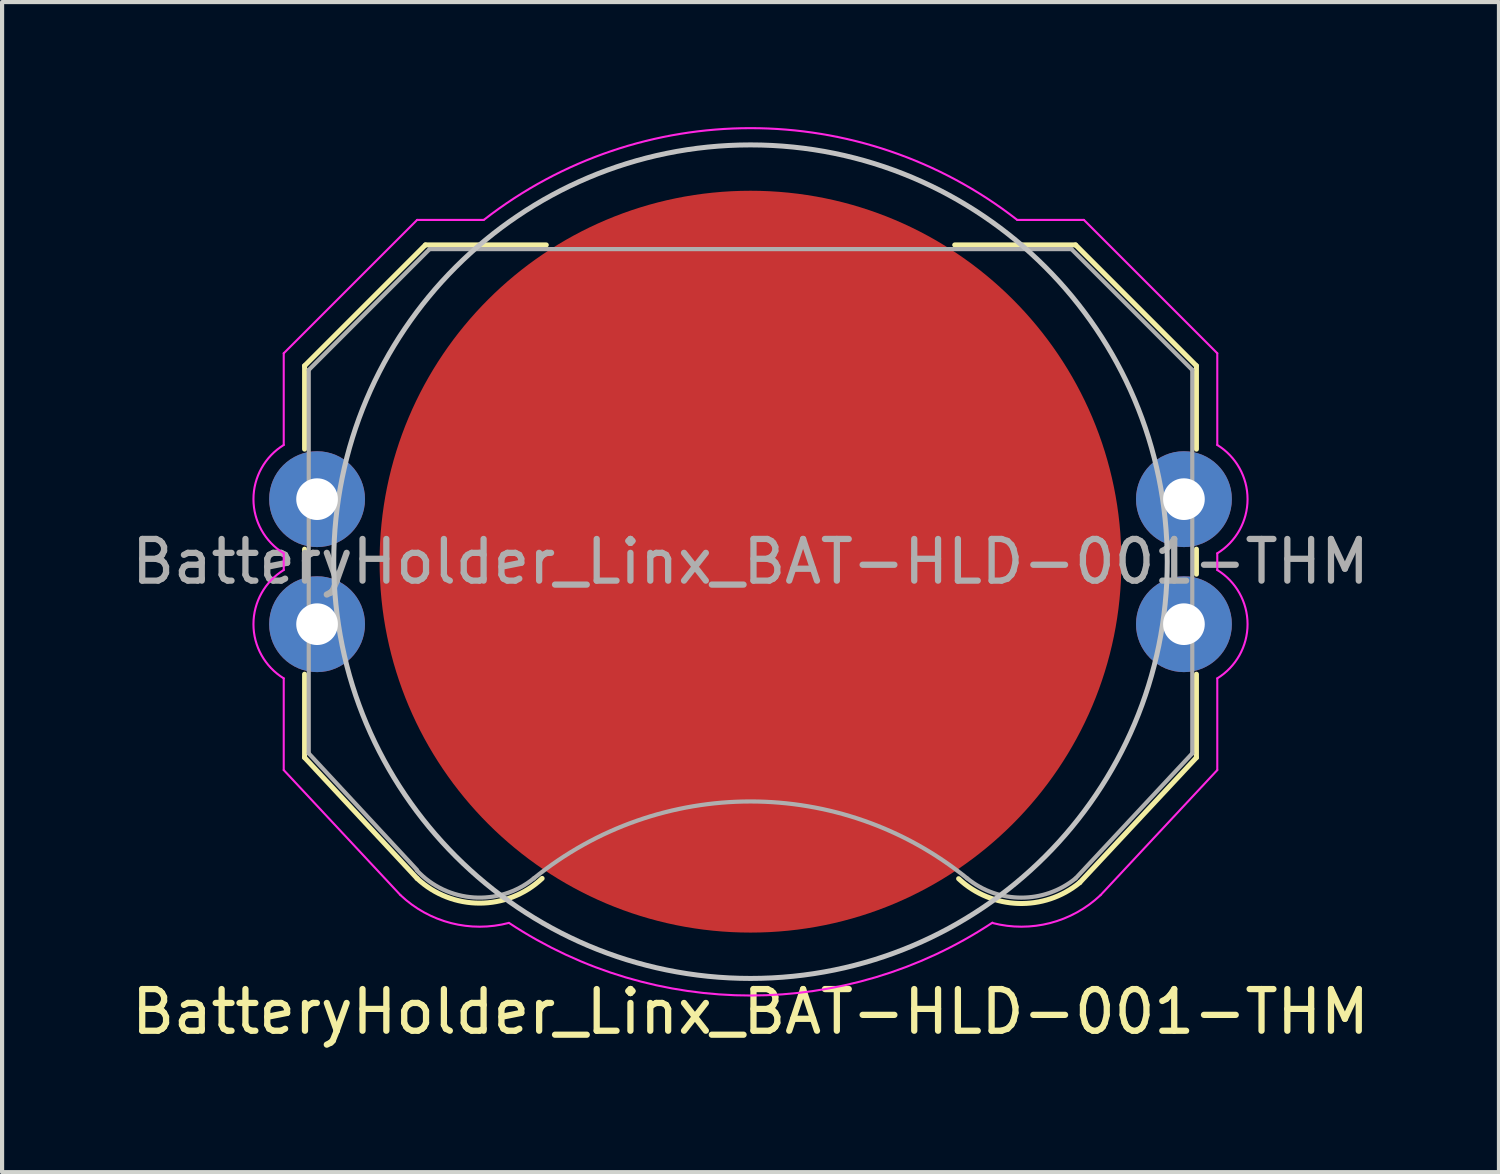
<source format=kicad_pcb>
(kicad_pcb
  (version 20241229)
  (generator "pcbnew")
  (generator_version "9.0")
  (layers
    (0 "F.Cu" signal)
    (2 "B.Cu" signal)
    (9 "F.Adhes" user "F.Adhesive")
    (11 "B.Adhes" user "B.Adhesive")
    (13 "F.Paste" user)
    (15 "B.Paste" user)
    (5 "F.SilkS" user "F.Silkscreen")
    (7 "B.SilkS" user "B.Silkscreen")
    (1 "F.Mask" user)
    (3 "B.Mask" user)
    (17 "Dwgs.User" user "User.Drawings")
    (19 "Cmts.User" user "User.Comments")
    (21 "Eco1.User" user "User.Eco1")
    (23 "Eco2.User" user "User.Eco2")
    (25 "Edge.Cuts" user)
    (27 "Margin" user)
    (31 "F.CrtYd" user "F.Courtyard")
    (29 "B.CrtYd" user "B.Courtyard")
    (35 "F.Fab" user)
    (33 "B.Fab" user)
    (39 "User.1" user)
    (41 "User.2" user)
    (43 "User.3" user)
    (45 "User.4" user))
  (footprint "BatteryHolder_Linx_BAT-HLD-001-THM"
    (layer "F.Cu")
    (at 14.958 10.427)
    (property "Reference" "BatteryHolder_Linx_BAT-HLD-001-THM" (at 0 10.8 0) (layer "F.SilkS") (effects (font (size 1 1) (thickness 0.15))))
    (attr through_hole)
    (fp_line (start -10.7 -4.7) (end -7.8 -7.6) (stroke (width 0.12) (type solid)) (layer "F.SilkS"))
    (fp_line (start -10.7 -2.7) (end -10.7 -4.7) (stroke (width 0.12) (type solid)) (layer "F.SilkS"))
    (fp_line (start -10.7 -0.3) (end -10.7 0.3) (stroke (width 0.12) (type solid)) (layer "F.SilkS"))
    (fp_line (start -10.7 2.7) (end -10.7 4.7) (stroke (width 0.12) (type solid)) (layer "F.SilkS"))
    (fp_line (start -10.7 4.7) (end -8 7.6) (stroke (width 0.12) (type solid)) (layer "F.SilkS"))
    (fp_line (start -7.8 -7.6) (end -4.9 -7.6) (stroke (width 0.12) (type solid)) (layer "F.SilkS"))
    (fp_line (start 4.9 -7.6) (end 7.8 -7.6) (stroke (width 0.12) (type solid)) (layer "F.SilkS"))
    (fp_line (start 7.8 -7.6) (end 10.7 -4.7) (stroke (width 0.12) (type solid)) (layer "F.SilkS"))
    (fp_line (start 10.7 -4.7) (end 10.7 -2.7) (stroke (width 0.12) (type solid)) (layer "F.SilkS"))
    (fp_line (start 10.7 -0.3) (end 10.7 0.3) (stroke (width 0.12) (type solid)) (layer "F.SilkS"))
    (fp_line (start 10.7 2.7) (end 10.7 4.7) (stroke (width 0.12) (type solid)) (layer "F.SilkS"))
    (fp_line (start 10.7 4.7) (end 7.9 7.7) (stroke (width 0.12) (type solid)) (layer "F.SilkS"))
    (fp_arc (start -5.000001 7.599999) (mid -6.5 8.19317) (end -7.999999 7.599999) (stroke (width 0.12) (type solid)) (layer "F.SilkS"))
    (fp_arc (start 7.9 7.7) (mid 6.42929 8.201136) (end 4.993776 7.606639) (stroke (width 0.12) (type solid)) (layer "F.SilkS"))
    (fp_circle (center 0 0) (end 10 0) (stroke (width 0.12) (type solid)) (fill no) (layer "Dwgs.User"))
    (fp_line (start -11.2 -5) (end -8 -8.2) (stroke (width 0.05) (type solid)) (layer "F.CrtYd"))
    (fp_line (start -11.2 -2.8) (end -11.2 -5) (stroke (width 0.05) (type solid)) (layer "F.CrtYd"))
    (fp_line (start -11.2 -0.2) (end -11.2 0.2) (stroke (width 0.05) (type solid)) (layer "F.CrtYd"))
    (fp_line (start -11.2 2.8) (end -11.2 5) (stroke (width 0.05) (type solid)) (layer "F.CrtYd"))
    (fp_line (start -11.2 5) (end -8.4 8) (stroke (width 0.05) (type solid)) (layer "F.CrtYd"))
    (fp_line (start -8 -8.2) (end -6.4 -8.2) (stroke (width 0.05) (type solid)) (layer "F.CrtYd"))
    (fp_line (start 8 -8.2) (end 6.4 -8.2) (stroke (width 0.05) (type solid)) (layer "F.CrtYd"))
    (fp_line (start 8.4 8) (end 11.2 5) (stroke (width 0.05) (type solid)) (layer "F.CrtYd"))
    (fp_line (start 11.2 -5) (end 8 -8.2) (stroke (width 0.05) (type solid)) (layer "F.CrtYd"))
    (fp_line (start 11.2 -2.8) (end 11.2 -5) (stroke (width 0.05) (type solid)) (layer "F.CrtYd"))
    (fp_line (start 11.2 -0.2) (end 11.2 0.2) (stroke (width 0.05) (type solid)) (layer "F.CrtYd"))
    (fp_line (start 11.2 5) (end 11.2 2.8) (stroke (width 0.05) (type solid)) (layer "F.CrtYd"))
    (fp_arc (start -11.199659 -0.199792) (mid -11.926432 -1.4998) (end -11.199999 -2.799999) (stroke (width 0.05) (type solid)) (layer "F.CrtYd"))
    (fp_arc (start -11.199659 2.800208) (mid -11.926432 1.5002) (end -11.199999 0.200001) (stroke (width 0.05) (type solid)) (layer "F.CrtYd"))
    (fp_arc (start -6.393814 -8.204823) (mid 0.003922 -10.401921) (end 6.399999 -8.199999) (stroke (width 0.05) (type solid)) (layer "F.CrtYd"))
    (fp_arc (start -5.796774 8.667484) (mid -7.185165 8.67218) (end -8.4 8) (stroke (width 0.05) (type solid)) (layer "F.CrtYd"))
    (fp_arc (start 5.805633 8.660985) (mid 0.005723 10.410005) (end -5.796088 8.667303) (stroke (width 0.05) (type solid)) (layer "F.CrtYd"))
    (fp_arc (start 8.4 8) (mid 7.189827 8.670981) (end 5.806089 8.669923) (stroke (width 0.05) (type solid)) (layer "F.CrtYd"))
    (fp_arc (start 11.199659 -2.800208) (mid 11.926432 -1.5002) (end 11.199999 -0.200001) (stroke (width 0.05) (type solid)) (layer "F.CrtYd"))
    (fp_arc (start 11.199659 0.199792) (mid 11.926432 1.4998) (end 11.199999 2.799999) (stroke (width 0.05) (type solid)) (layer "F.CrtYd"))
    (fp_line (start -10.6 -4.6) (end -7.7 -7.5) (stroke (width 0.1) (type solid)) (layer "F.Fab"))
    (fp_line (start -10.6 4.6) (end -10.6 -4.6) (stroke (width 0.1) (type solid)) (layer "F.Fab"))
    (fp_line (start -10.6 4.6) (end -8 7.4) (stroke (width 0.1) (type solid)) (layer "F.Fab"))
    (fp_line (start -7.7 -7.5) (end 7.7 -7.5) (stroke (width 0.1) (type solid)) (layer "F.Fab"))
    (fp_line (start 10.6 -4.6) (end 7.7 -7.5) (stroke (width 0.1) (type solid)) (layer "F.Fab"))
    (fp_line (start 10.6 -4.6) (end 10.6 4.6) (stroke (width 0.1) (type solid)) (layer "F.Fab"))
    (fp_line (start 10.6 4.6) (end 7.8 7.6) (stroke (width 0.1) (type solid)) (layer "F.Fab"))
    (fp_arc (start -5.201372 7.601115) (mid -0.000884 5.753789) (end 5.2 7.6) (stroke (width 0.1) (type solid)) (layer "F.Fab"))
    (fp_arc (start -5.2 7.6) (mid -6.642232 8.05664) (end -8.007875 7.405814) (stroke (width 0.1) (type solid)) (layer "F.Fab"))
    (fp_arc (start 7.800342 7.59972) (mid 6.500221 8.061551) (end 5.200001 7.599999) (stroke (width 0.1) (type solid)) (layer "F.Fab"))
    (fp_text user "${REFERENCE}" (at 0 0 0) (layer "F.Fab") (effects (font (size 1 1) (thickness 0.15))))
    (pad "1" thru_hole circle (at -10.4 -1.5) (size 2.3 2.3) (drill 1) (layers "*.Cu" "*.Mask"))
    (pad "1" thru_hole circle (at -10.4 1.5) (size 2.3 2.3) (drill 1) (layers "*.Cu" "*.Mask"))
    (pad "1" thru_hole circle (at 10.4 -1.5) (size 2.3 2.3) (drill 1) (layers "*.Cu" "*.Mask"))
    (pad "1" thru_hole circle (at 10.4 1.5) (size 2.3 2.3) (drill 1) (layers "*.Cu" "*.Mask"))
    (pad "2" smd circle (at 0 0) (size 17.8 17.8) (layers "F.Cu" "F.Mask")))
  (gr_rect
    (start -3 -3)
    (end 32.917 25.075)
    (stroke (width 0.1) (type default))
    (fill no)
    (layer "Edge.Cuts")))
</source>
